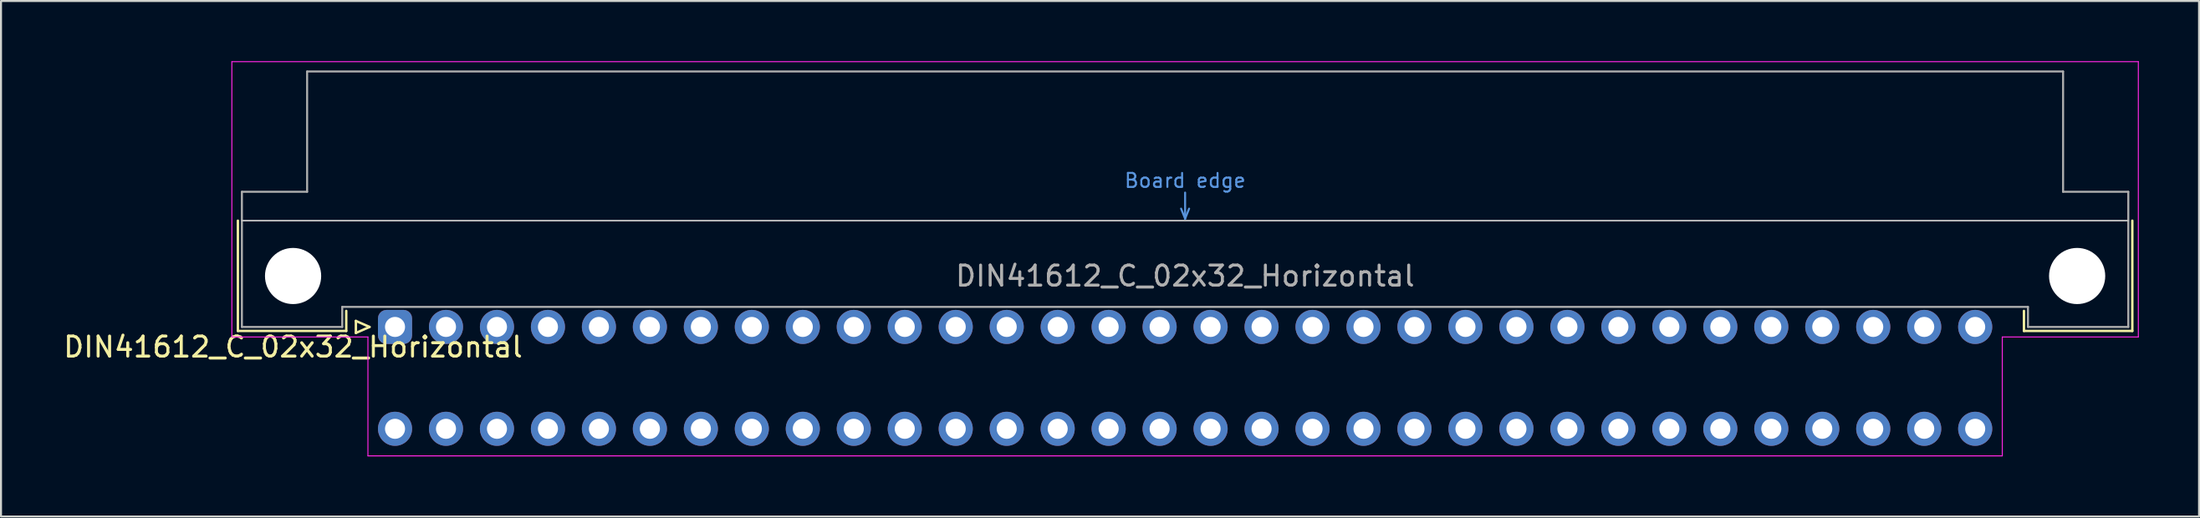
<source format=kicad_pcb>
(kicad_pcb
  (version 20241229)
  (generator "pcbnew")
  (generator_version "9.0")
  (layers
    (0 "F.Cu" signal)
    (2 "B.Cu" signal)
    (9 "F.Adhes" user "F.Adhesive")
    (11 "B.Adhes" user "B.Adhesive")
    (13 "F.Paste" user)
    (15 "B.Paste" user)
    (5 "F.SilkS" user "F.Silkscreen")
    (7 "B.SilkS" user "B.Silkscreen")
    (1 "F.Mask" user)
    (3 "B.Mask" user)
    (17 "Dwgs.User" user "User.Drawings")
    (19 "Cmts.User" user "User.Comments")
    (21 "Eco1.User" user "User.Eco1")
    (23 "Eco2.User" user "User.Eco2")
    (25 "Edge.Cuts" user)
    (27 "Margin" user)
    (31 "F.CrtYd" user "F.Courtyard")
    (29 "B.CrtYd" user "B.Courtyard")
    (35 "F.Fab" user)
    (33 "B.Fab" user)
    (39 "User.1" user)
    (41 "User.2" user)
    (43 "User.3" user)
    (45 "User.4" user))
  (footprint "DIN41612_C_02x32_Horizontal"
    (layer "F.Cu")
    (at 16.634 13.255)
    (property "Reference" "DIN41612_C_02x32_Horizontal" (at -5.08 1 0) (layer "F.SilkS") (effects (font (size 1 1) (thickness 0.15))))
    (attr through_hole)
    (fp_line (start -7.83 -5.3) (end -7.83 0.2) (stroke (width 0.12) (type solid)) (layer "F.SilkS"))
    (fp_line (start -7.83 0.2) (end -2.43 0.2) (stroke (width 0.12) (type solid)) (layer "F.SilkS"))
    (fp_line (start -2.43 0.2) (end -2.43 -0.8) (stroke (width 0.12) (type solid)) (layer "F.SilkS"))
    (fp_line (start -1.95 -0.3) (end -1.95 0.3) (stroke (width 0.12) (type solid)) (layer "F.SilkS"))
    (fp_line (start -1.95 0.3) (end -1.27 0) (stroke (width 0.12) (type solid)) (layer "F.SilkS"))
    (fp_line (start -1.27 0) (end -1.95 -0.3) (stroke (width 0.12) (type solid)) (layer "F.SilkS"))
    (fp_line (start 81.17 0.2) (end 81.17 -0.8) (stroke (width 0.12) (type solid)) (layer "F.SilkS"))
    (fp_line (start 86.57 -5.3) (end 86.57 0.2) (stroke (width 0.12) (type solid)) (layer "F.SilkS"))
    (fp_line (start 86.57 0.2) (end 81.17 0.2) (stroke (width 0.12) (type solid)) (layer "F.SilkS"))
    (fp_line (start -7.63 -5.3) (end 86.37 -5.3) (stroke (width 0.08) (type solid)) (layer "Dwgs.User"))
    (fp_line (start 39.17 -5.9) (end 39.37 -5.4) (stroke (width 0.1) (type solid)) (layer "Cmts.User"))
    (fp_line (start 39.37 -5.4) (end 39.37 -6.7) (stroke (width 0.1) (type solid)) (layer "Cmts.User"))
    (fp_line (start 39.37 -5.4) (end 39.57 -5.9) (stroke (width 0.1) (type solid)) (layer "Cmts.User"))
    (fp_line (start -8.13 -13.23) (end -8.13 0.5) (stroke (width 0.05) (type solid)) (layer "F.CrtYd"))
    (fp_line (start -8.13 0.5) (end -1.35 0.5) (stroke (width 0.05) (type solid)) (layer "F.CrtYd"))
    (fp_line (start -1.35 0.5) (end -1.35 6.43) (stroke (width 0.05) (type solid)) (layer "F.CrtYd"))
    (fp_line (start -1.35 6.43) (end 80.09 6.43) (stroke (width 0.05) (type solid)) (layer "F.CrtYd"))
    (fp_line (start 80.09 0.5) (end 86.87 0.5) (stroke (width 0.05) (type solid)) (layer "F.CrtYd"))
    (fp_line (start 80.09 6.43) (end 80.09 0.5) (stroke (width 0.05) (type solid)) (layer "F.CrtYd"))
    (fp_line (start 86.87 -13.23) (end -8.13 -13.23) (stroke (width 0.05) (type solid)) (layer "F.CrtYd"))
    (fp_line (start 86.87 0.5) (end 86.87 -13.23) (stroke (width 0.05) (type solid)) (layer "F.CrtYd"))
    (fp_line (start -7.63 -6.74) (end -7.63 0) (stroke (width 0.1) (type solid)) (layer "F.Fab"))
    (fp_line (start -7.63 0) (end -2.63 0) (stroke (width 0.1) (type solid)) (layer "F.Fab"))
    (fp_line (start -4.38 -12.74) (end -4.38 -6.74) (stroke (width 0.1) (type solid)) (layer "F.Fab"))
    (fp_line (start -4.38 -6.74) (end -7.63 -6.74) (stroke (width 0.1) (type solid)) (layer "F.Fab"))
    (fp_line (start -2.63 -1) (end 81.37 -1) (stroke (width 0.1) (type solid)) (layer "F.Fab"))
    (fp_line (start -2.63 0) (end -2.63 -1) (stroke (width 0.1) (type solid)) (layer "F.Fab"))
    (fp_line (start 81.37 -1) (end 81.37 0) (stroke (width 0.1) (type solid)) (layer "F.Fab"))
    (fp_line (start 81.37 0) (end 86.37 0) (stroke (width 0.1) (type solid)) (layer "F.Fab"))
    (fp_line (start 83.12 -12.74) (end -4.38 -12.74) (stroke (width 0.1) (type solid)) (layer "F.Fab"))
    (fp_line (start 83.12 -6.74) (end 83.12 -12.74) (stroke (width 0.1) (type solid)) (layer "F.Fab"))
    (fp_line (start 86.37 -6.74) (end 83.12 -6.74) (stroke (width 0.1) (type solid)) (layer "F.Fab"))
    (fp_line (start 86.37 0) (end 86.37 -6.74) (stroke (width 0.1) (type solid)) (layer "F.Fab"))
    (fp_text user "Board edge" (at 39.37 -7.3 0) (layer "Cmts.User") (effects (font (size 0.7 0.7) (thickness 0.1))))
    (fp_text user "${REFERENCE}" (at 39.37 -2.54 0) (layer "F.Fab") (effects (font (size 1 1) (thickness 0.15))))
    (pad "" np_thru_hole circle (at -5.08 -2.54) (size 2.8 2.8) (drill 2.8) (layers "*.Cu" "*.Mask"))
    (pad "" np_thru_hole circle (at 83.82 -2.54) (size 2.8 2.8) (drill 2.8) (layers "*.Cu" "*.Mask"))
    (pad "a1" thru_hole roundrect (at 0 0) (size 1.7 1.7) (drill 1) (layers "*.Cu" "*.Mask") (roundrect_rratio 0.25))
    (pad "a2" thru_hole circle (at 2.54 0) (size 1.7 1.7) (drill 1) (layers "*.Cu" "*.Mask"))
    (pad "a3" thru_hole circle (at 5.08 0) (size 1.7 1.7) (drill 1) (layers "*.Cu" "*.Mask"))
    (pad "a4" thru_hole circle (at 7.62 0) (size 1.7 1.7) (drill 1) (layers "*.Cu" "*.Mask"))
    (pad "a5" thru_hole circle (at 10.16 0) (size 1.7 1.7) (drill 1) (layers "*.Cu" "*.Mask"))
    (pad "a6" thru_hole circle (at 12.7 0) (size 1.7 1.7) (drill 1) (layers "*.Cu" "*.Mask"))
    (pad "a7" thru_hole circle (at 15.24 0) (size 1.7 1.7) (drill 1) (layers "*.Cu" "*.Mask"))
    (pad "a8" thru_hole circle (at 17.78 0) (size 1.7 1.7) (drill 1) (layers "*.Cu" "*.Mask"))
    (pad "a9" thru_hole circle (at 20.32 0) (size 1.7 1.7) (drill 1) (layers "*.Cu" "*.Mask"))
    (pad "a10" thru_hole circle (at 22.86 0) (size 1.7 1.7) (drill 1) (layers "*.Cu" "*.Mask"))
    (pad "a11" thru_hole circle (at 25.4 0) (size 1.7 1.7) (drill 1) (layers "*.Cu" "*.Mask"))
    (pad "a12" thru_hole circle (at 27.94 0) (size 1.7 1.7) (drill 1) (layers "*.Cu" "*.Mask"))
    (pad "a13" thru_hole circle (at 30.48 0) (size 1.7 1.7) (drill 1) (layers "*.Cu" "*.Mask"))
    (pad "a14" thru_hole circle (at 33.02 0) (size 1.7 1.7) (drill 1) (layers "*.Cu" "*.Mask"))
    (pad "a15" thru_hole circle (at 35.56 0) (size 1.7 1.7) (drill 1) (layers "*.Cu" "*.Mask"))
    (pad "a16" thru_hole circle (at 38.1 0) (size 1.7 1.7) (drill 1) (layers "*.Cu" "*.Mask"))
    (pad "a17" thru_hole circle (at 40.64 0) (size 1.7 1.7) (drill 1) (layers "*.Cu" "*.Mask"))
    (pad "a18" thru_hole circle (at 43.18 0) (size 1.7 1.7) (drill 1) (layers "*.Cu" "*.Mask"))
    (pad "a19" thru_hole circle (at 45.72 0) (size 1.7 1.7) (drill 1) (layers "*.Cu" "*.Mask"))
    (pad "a20" thru_hole circle (at 48.26 0) (size 1.7 1.7) (drill 1) (layers "*.Cu" "*.Mask"))
    (pad "a21" thru_hole circle (at 50.8 0) (size 1.7 1.7) (drill 1) (layers "*.Cu" "*.Mask"))
    (pad "a22" thru_hole circle (at 53.34 0) (size 1.7 1.7) (drill 1) (layers "*.Cu" "*.Mask"))
    (pad "a23" thru_hole circle (at 55.88 0) (size 1.7 1.7) (drill 1) (layers "*.Cu" "*.Mask"))
    (pad "a24" thru_hole circle (at 58.42 0) (size 1.7 1.7) (drill 1) (layers "*.Cu" "*.Mask"))
    (pad "a25" thru_hole circle (at 60.96 0) (size 1.7 1.7) (drill 1) (layers "*.Cu" "*.Mask"))
    (pad "a26" thru_hole circle (at 63.5 0) (size 1.7 1.7) (drill 1) (layers "*.Cu" "*.Mask"))
    (pad "a27" thru_hole circle (at 66.04 0) (size 1.7 1.7) (drill 1) (layers "*.Cu" "*.Mask"))
    (pad "a28" thru_hole circle (at 68.58 0) (size 1.7 1.7) (drill 1) (layers "*.Cu" "*.Mask"))
    (pad "a29" thru_hole circle (at 71.12 0) (size 1.7 1.7) (drill 1) (layers "*.Cu" "*.Mask"))
    (pad "a30" thru_hole circle (at 73.66 0) (size 1.7 1.7) (drill 1) (layers "*.Cu" "*.Mask"))
    (pad "a31" thru_hole circle (at 76.2 0) (size 1.7 1.7) (drill 1) (layers "*.Cu" "*.Mask"))
    (pad "a32" thru_hole circle (at 78.74 0) (size 1.7 1.7) (drill 1) (layers "*.Cu" "*.Mask"))
    (pad "c1" thru_hole circle (at 0 5.08) (size 1.7 1.7) (drill 1) (layers "*.Cu" "*.Mask"))
    (pad "c2" thru_hole circle (at 2.54 5.08) (size 1.7 1.7) (drill 1) (layers "*.Cu" "*.Mask"))
    (pad "c3" thru_hole circle (at 5.08 5.08) (size 1.7 1.7) (drill 1) (layers "*.Cu" "*.Mask"))
    (pad "c4" thru_hole circle (at 7.62 5.08) (size 1.7 1.7) (drill 1) (layers "*.Cu" "*.Mask"))
    (pad "c5" thru_hole circle (at 10.16 5.08) (size 1.7 1.7) (drill 1) (layers "*.Cu" "*.Mask"))
    (pad "c6" thru_hole circle (at 12.7 5.08) (size 1.7 1.7) (drill 1) (layers "*.Cu" "*.Mask"))
    (pad "c7" thru_hole circle (at 15.24 5.08) (size 1.7 1.7) (drill 1) (layers "*.Cu" "*.Mask"))
    (pad "c8" thru_hole circle (at 17.78 5.08) (size 1.7 1.7) (drill 1) (layers "*.Cu" "*.Mask"))
    (pad "c9" thru_hole circle (at 20.32 5.08) (size 1.7 1.7) (drill 1) (layers "*.Cu" "*.Mask"))
    (pad "c10" thru_hole circle (at 22.86 5.08) (size 1.7 1.7) (drill 1) (layers "*.Cu" "*.Mask"))
    (pad "c11" thru_hole circle (at 25.4 5.08) (size 1.7 1.7) (drill 1) (layers "*.Cu" "*.Mask"))
    (pad "c12" thru_hole circle (at 27.94 5.08) (size 1.7 1.7) (drill 1) (layers "*.Cu" "*.Mask"))
    (pad "c13" thru_hole circle (at 30.48 5.08) (size 1.7 1.7) (drill 1) (layers "*.Cu" "*.Mask"))
    (pad "c14" thru_hole circle (at 33.02 5.08) (size 1.7 1.7) (drill 1) (layers "*.Cu" "*.Mask"))
    (pad "c15" thru_hole circle (at 35.56 5.08) (size 1.7 1.7) (drill 1) (layers "*.Cu" "*.Mask"))
    (pad "c16" thru_hole circle (at 38.1 5.08) (size 1.7 1.7) (drill 1) (layers "*.Cu" "*.Mask"))
    (pad "c17" thru_hole circle (at 40.64 5.08) (size 1.7 1.7) (drill 1) (layers "*.Cu" "*.Mask"))
    (pad "c18" thru_hole circle (at 43.18 5.08) (size 1.7 1.7) (drill 1) (layers "*.Cu" "*.Mask"))
    (pad "c19" thru_hole circle (at 45.72 5.08) (size 1.7 1.7) (drill 1) (layers "*.Cu" "*.Mask"))
    (pad "c20" thru_hole circle (at 48.26 5.08) (size 1.7 1.7) (drill 1) (layers "*.Cu" "*.Mask"))
    (pad "c21" thru_hole circle (at 50.8 5.08) (size 1.7 1.7) (drill 1) (layers "*.Cu" "*.Mask"))
    (pad "c22" thru_hole circle (at 53.34 5.08) (size 1.7 1.7) (drill 1) (layers "*.Cu" "*.Mask"))
    (pad "c23" thru_hole circle (at 55.88 5.08) (size 1.7 1.7) (drill 1) (layers "*.Cu" "*.Mask"))
    (pad "c24" thru_hole circle (at 58.42 5.08) (size 1.7 1.7) (drill 1) (layers "*.Cu" "*.Mask"))
    (pad "c25" thru_hole circle (at 60.96 5.08) (size 1.7 1.7) (drill 1) (layers "*.Cu" "*.Mask"))
    (pad "c26" thru_hole circle (at 63.5 5.08) (size 1.7 1.7) (drill 1) (layers "*.Cu" "*.Mask"))
    (pad "c27" thru_hole circle (at 66.04 5.08) (size 1.7 1.7) (drill 1) (layers "*.Cu" "*.Mask"))
    (pad "c28" thru_hole circle (at 68.58 5.08) (size 1.7 1.7) (drill 1) (layers "*.Cu" "*.Mask"))
    (pad "c29" thru_hole circle (at 71.12 5.08) (size 1.7 1.7) (drill 1) (layers "*.Cu" "*.Mask"))
    (pad "c30" thru_hole circle (at 73.66 5.08) (size 1.7 1.7) (drill 1) (layers "*.Cu" "*.Mask"))
    (pad "c31" thru_hole circle (at 76.2 5.08) (size 1.7 1.7) (drill 1) (layers "*.Cu" "*.Mask"))
    (pad "c32" thru_hole circle (at 78.74 5.08) (size 1.7 1.7) (drill 1) (layers "*.Cu" "*.Mask")))
  (gr_rect
    (start -3 -3)
    (end 106.529 22.71)
    (stroke (width 0.1) (type default))
    (fill no)
    (layer "Edge.Cuts")))
</source>
